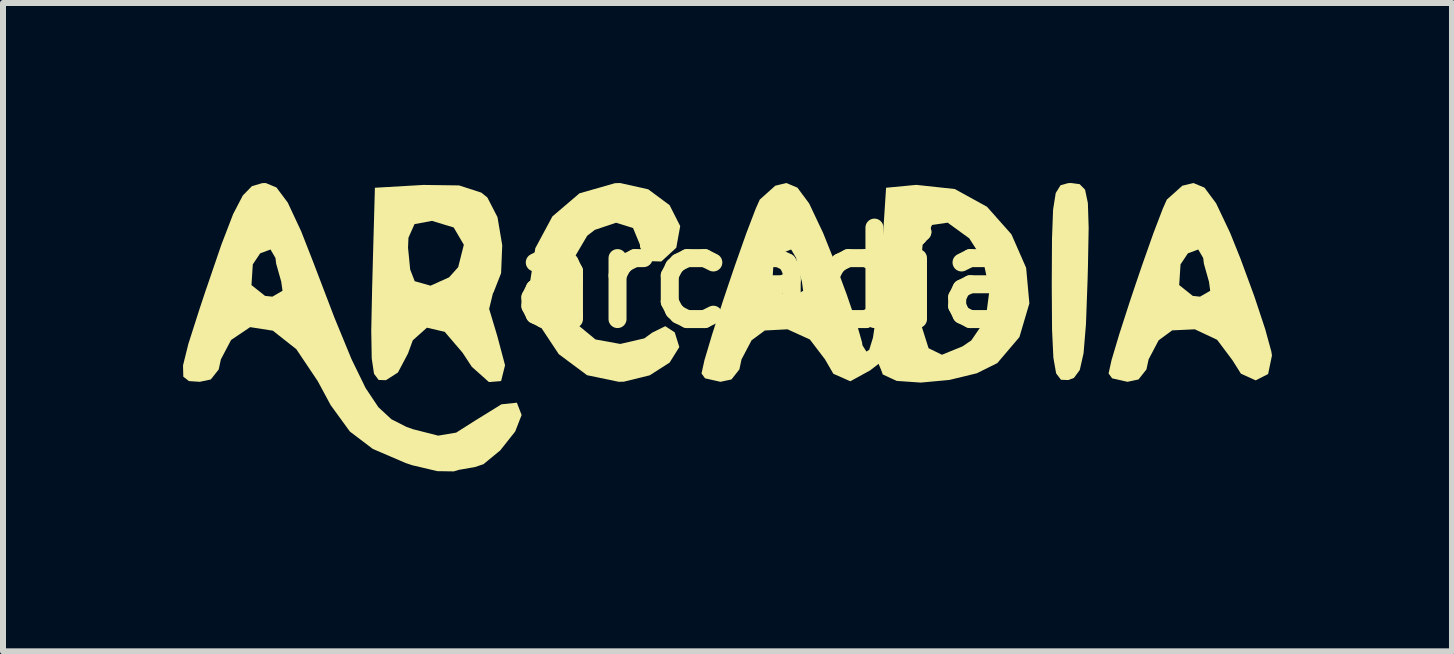
<source format=kicad_pcb>
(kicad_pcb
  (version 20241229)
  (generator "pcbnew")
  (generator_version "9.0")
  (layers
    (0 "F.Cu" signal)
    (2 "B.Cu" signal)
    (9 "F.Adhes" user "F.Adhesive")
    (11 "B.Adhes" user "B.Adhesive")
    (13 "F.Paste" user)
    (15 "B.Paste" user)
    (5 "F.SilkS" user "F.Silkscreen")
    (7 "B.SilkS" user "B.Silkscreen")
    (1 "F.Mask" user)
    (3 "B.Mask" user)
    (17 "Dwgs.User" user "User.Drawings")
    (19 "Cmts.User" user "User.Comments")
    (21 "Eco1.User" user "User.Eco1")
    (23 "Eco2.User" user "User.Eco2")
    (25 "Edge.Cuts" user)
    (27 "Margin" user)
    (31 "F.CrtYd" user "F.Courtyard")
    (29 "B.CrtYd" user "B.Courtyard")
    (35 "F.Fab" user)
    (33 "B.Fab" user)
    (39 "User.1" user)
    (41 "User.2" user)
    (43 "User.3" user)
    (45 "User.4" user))
  (footprint "arcadia"
    (layer "F.Cu")
    (at 9.745 1.578)
    (property "Reference" "arcadia" (at 0 0 0) (layer "F.SilkS") (effects (font (size 1.524 1.524) (thickness 0.3))))
    (attr board_only exclude_from_pos_files exclude_from_bom)
    (fp_poly (pts (xy 5.198 -1.559) (xy 5.288 -1.467) (xy 5.335 -1.244) (xy 5.348 -0.833) (xy 5.336 -0.178) (xy 5.33 0.038) (xy 5.303 0.778) (xy 5.263 1.259) (xy 5.2 1.538) (xy 5.103 1.67) (xy 5.009 1.706) (xy 4.886 1.701) (xy 4.806 1.595) (xy 4.76 1.334) (xy 4.738 0.867) (xy 4.733 0.14) (xy 4.733 0.09) (xy 4.737 -0.651) (xy 4.755 -1.133) (xy 4.799 -1.411) (xy 4.879 -1.54) (xy 5.005 -1.576) (xy 5.054 -1.578)) (stroke (width 0) (type solid)) (fill yes) (layer "F.SilkS"))
    (fp_poly (pts (xy -1.992 -1.473) (xy -1.636 -1.209) (xy -1.459 -0.86) (xy -1.524 -0.502) (xy -1.527 -0.497) (xy -1.774 -0.27) (xy -2.009 -0.277) (xy -2.128 -0.508) (xy -2.13 -0.55) (xy -2.245 -0.828) (xy -2.528 -0.916) (xy -2.882 -0.797) (xy -3.009 -0.699) (xy -3.247 -0.295) (xy -3.303 0.24) (xy -3.165 0.77) (xy -3.15 0.799) (xy -2.871 1.029) (xy -2.458 1.104) (xy -2.057 1.011) (xy -1.925 0.915) (xy -1.708 0.808) (xy -1.55 0.911) (xy -1.474 1.156) (xy -1.636 1.415) (xy -1.968 1.627) (xy -2.399 1.733) (xy -2.482 1.735) (xy -3.011 1.625) (xy -3.483 1.274) (xy -3.846 0.727) (xy -3.968 0.115) (xy -3.874 -0.491) (xy -3.589 -1.021) (xy -3.138 -1.406) (xy -2.547 -1.575) (xy -2.461 -1.578)) (stroke (width 0) (type solid)) (fill yes) (layer "F.SilkS"))
    (fp_poly (pts (xy -5.144 -1.538) (xy -4.774 -1.418) (xy -4.673 -1.337) (xy -4.504 -1.009) (xy -4.425 -0.541) (xy -4.444 -0.075) (xy -4.57 0.246) (xy -4.579 0.256) (xy -4.643 0.52) (xy -4.506 0.977) (xy -4.378 1.459) (xy -4.444 1.722) (xy -4.647 1.739) (xy -4.932 1.485) (xy -5.087 1.249) (xy -5.384 0.902) (xy -5.68 0.833) (xy -5.916 1.044) (xy -5.995 1.262) (xy -6.163 1.58) (xy -6.363 1.708) (xy -6.485 1.704) (xy -6.562 1.601) (xy -6.6 1.345) (xy -6.608 0.883) (xy -6.593 0.161) (xy -6.592 0.131) (xy -6.575 -0.5) (xy -5.995 -0.5) (xy -5.959 -0.136) (xy -5.884 0.058) (xy -5.62 0.133) (xy -5.311 -0.006) (xy -5.159 -0.176) (xy -5.065 -0.549) (xy -5.234 -0.837) (xy -5.596 -0.947) (xy -5.887 -0.893) (xy -5.988 -0.666) (xy -5.995 -0.5) (xy -6.575 -0.5) (xy -6.547 -1.499) (xy -5.738 -1.546)) (stroke (width 0) (type solid)) (fill yes) (layer "F.SilkS"))
    (fp_poly (pts (xy 7.278 -1.501) (xy 7.472 -1.24) (xy 7.705 -0.749) (xy 7.879 -0.316) (xy 8.108 0.307) (xy 8.289 0.853) (xy 8.392 1.228) (xy 8.403 1.295) (xy 8.339 1.605) (xy 8.132 1.711) (xy 7.886 1.6) (xy 7.742 1.372) (xy 7.489 1.035) (xy 7.117 0.86) (xy 6.739 0.878) (xy 6.514 1.044) (xy 6.347 1.361) (xy 6.311 1.529) (xy 6.179 1.696) (xy 5.995 1.735) (xy 5.739 1.677) (xy 5.68 1.596) (xy 5.729 1.375) (xy 5.857 0.945) (xy 6.036 0.391) (xy 6.126 0.123) (xy 6.857 0.123) (xy 7.083 0.303) (xy 7.204 0.316) (xy 7.374 0.218) (xy 7.353 0.066) (xy 7.268 -0.235) (xy 7.257 -0.328) (xy 7.174 -0.47) (xy 7.002 -0.406) (xy 6.879 -0.222) (xy 6.857 0.123) (xy 6.126 0.123) (xy 6.236 -0.201) (xy 6.428 -0.744) (xy 6.584 -1.152) (xy 6.651 -1.302) (xy 6.909 -1.533) (xy 7.093 -1.578)) (stroke (width 0) (type solid)) (fill yes) (layer "F.SilkS"))
    (fp_poly (pts (xy -8.188 -1.504) (xy -8 -1.253) (xy -7.777 -0.776) (xy -7.581 -0.276) (xy -7.221 0.667) (xy -6.937 1.357) (xy -6.702 1.839) (xy -6.489 2.158) (xy -6.272 2.359) (xy -6.022 2.486) (xy -5.909 2.526) (xy -5.492 2.632) (xy -5.193 2.582) (xy -4.881 2.384) (xy -4.438 2.11) (xy -4.181 2.083) (xy -4.102 2.288) (xy -4.209 2.563) (xy -4.458 2.878) (xy -4.738 3.108) (xy -4.878 3.155) (xy -5.151 3.203) (xy -5.233 3.228) (xy -5.508 3.224) (xy -5.926 3.125) (xy -6.036 3.088) (xy -6.581 2.854) (xy -6.964 2.564) (xy -7.284 2.124) (xy -7.499 1.725) (xy -7.857 1.191) (xy -8.248 0.883) (xy -8.626 0.824) (xy -8.941 1.036) (xy -8.947 1.044) (xy -9.114 1.361) (xy -9.15 1.529) (xy -9.282 1.696) (xy -9.466 1.735) (xy -9.646 1.723) (xy -9.74 1.65) (xy -9.745 1.463) (xy -9.657 1.107) (xy -9.472 0.528) (xy -9.368 0.215) (xy -9.336 0.123) (xy -8.604 0.123) (xy -8.378 0.303) (xy -8.256 0.316) (xy -8.087 0.218) (xy -8.108 0.066) (xy -8.193 -0.235) (xy -8.204 -0.328) (xy -8.287 -0.47) (xy -8.459 -0.406) (xy -8.582 -0.222) (xy -8.604 0.123) (xy -9.336 0.123) (xy -9.106 -0.55) (xy -8.909 -1.062) (xy -8.748 -1.371) (xy -8.596 -1.526) (xy -8.425 -1.576) (xy -8.367 -1.578)) (stroke (width 0) (type solid)) (fill yes) (layer "F.SilkS"))
    (fp_poly (pts (xy 0.494 -1.501) (xy 0.689 -1.239) (xy 0.922 -0.747) (xy 1.093 -0.321) (xy 1.314 0.275) (xy 1.483 0.768) (xy 1.571 1.076) (xy 1.578 1.126) (xy 1.644 1.231) (xy 1.691 1.202) (xy 1.753 1.001) (xy 1.818 0.568) (xy 1.861 0.127) (xy 2.524 0.127) (xy 2.56 0.795) (xy 2.68 1.175) (xy 2.903 1.284) (xy 3.247 1.144) (xy 3.393 1.044) (xy 3.631 0.695) (xy 3.695 0.207) (xy 3.587 -0.299) (xy 3.358 -0.656) (xy 2.998 -0.917) (xy 2.738 -0.879) (xy 2.58 -0.543) (xy 2.524 0.091) (xy 2.524 0.127) (xy 1.861 0.127) (xy 1.874 -0.015) (xy 1.888 -0.205) (xy 1.972 -1.499) (xy 2.475 -1.547) (xy 3.116 -1.478) (xy 3.654 -1.182) (xy 4.061 -0.723) (xy 4.306 -0.165) (xy 4.36 0.428) (xy 4.194 0.99) (xy 3.826 1.423) (xy 3.484 1.593) (xy 3.027 1.704) (xy 2.551 1.748) (xy 2.149 1.72) (xy 1.917 1.613) (xy 1.893 1.546) (xy 1.847 1.436) (xy 1.704 1.546) (xy 1.376 1.726) (xy 1.093 1.601) (xy 0.954 1.361) (xy 0.702 1.03) (xy 0.329 0.86) (xy -0.049 0.88) (xy -0.27 1.044) (xy -0.437 1.361) (xy -0.473 1.529) (xy -0.605 1.696) (xy -0.789 1.735) (xy -1.045 1.677) (xy -1.104 1.596) (xy -1.055 1.375) (xy -0.927 0.945) (xy -0.748 0.391) (xy -0.658 0.123) (xy 0.073 0.123) (xy 0.299 0.303) (xy 0.421 0.316) (xy 0.59 0.218) (xy 0.569 0.066) (xy 0.484 -0.235) (xy 0.473 -0.328) (xy 0.39 -0.47) (xy 0.218 -0.406) (xy 0.095 -0.222) (xy 0.073 0.123) (xy -0.658 0.123) (xy -0.548 -0.201) (xy -0.356 -0.744) (xy -0.2 -1.152) (xy -0.133 -1.302) (xy 0.125 -1.533) (xy 0.31 -1.578)) (stroke (width 0) (type solid)) (fill yes) (layer "F.SilkS")))
  (gr_rect
    (start -3 -3)
    (end 21.148 7.805)
    (stroke (width 0.1) (type default))
    (fill no)
    (layer "Edge.Cuts")))
</source>
